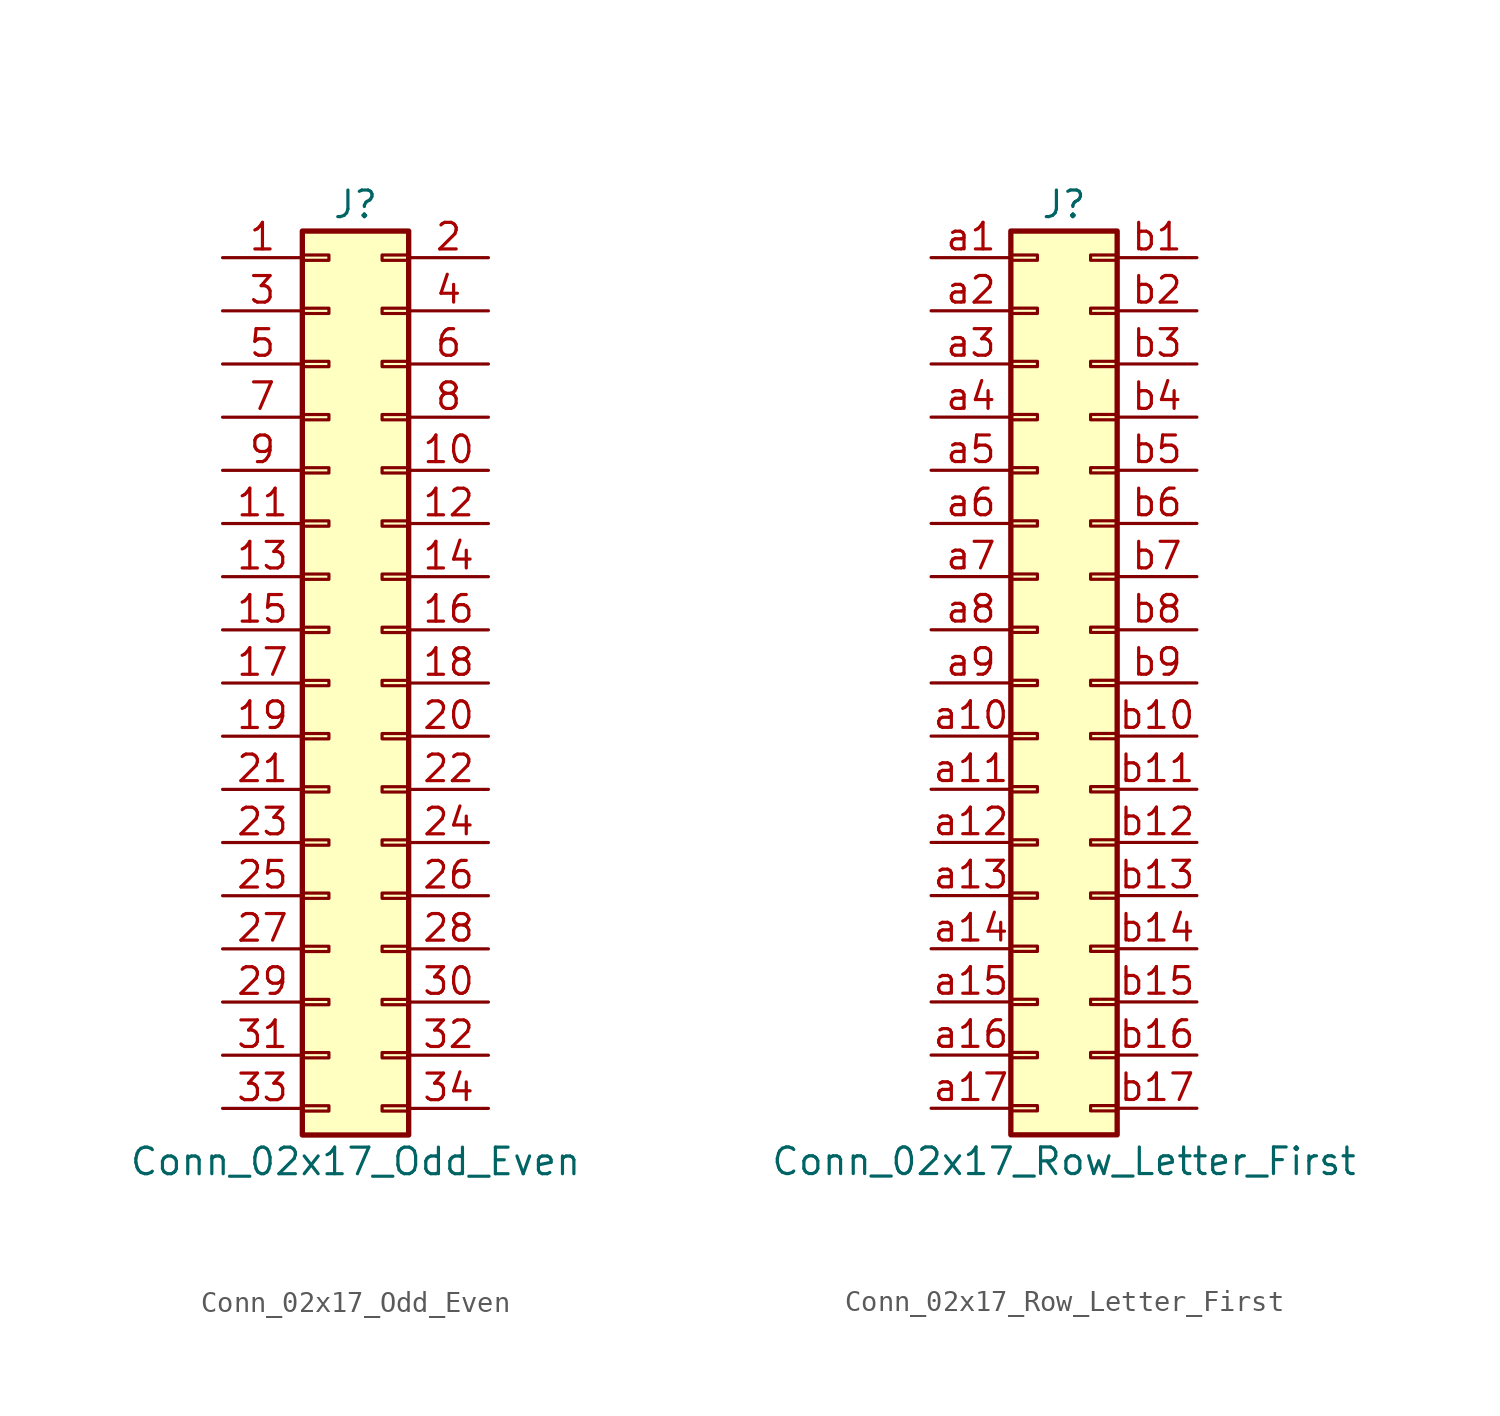
<source format=kicad_sym>
(kicad_symbol_lib
  (version 20220914)
  (generator kicad_symbol_editor)
  (symbol "Conn_02x17_Odd_Even"
    (pin_names
      (offset 1.016) hide)
    (property "Reference" "J"
      (at 1.27 22.86 0)
      (effects (font (size 1.27 1.27))))
    (property "Value" "Conn_02x17_Odd_Even"
      (at 1.27 -22.86 0)
      (effects (font (size 1.27 1.27))))
    (symbol "Conn_02x17_Odd_Even_1_1"
      (rectangle (start -1.27 -20.193) (end 0 -20.447) (stroke (width 0.152) (type default)) (fill (type none)))
      (rectangle (start -1.27 -17.653) (end 0 -17.907) (stroke (width 0.152) (type default)) (fill (type none)))
      (rectangle (start -1.27 -15.113) (end 0 -15.367) (stroke (width 0.152) (type default)) (fill (type none)))
      (rectangle (start -1.27 -12.573) (end 0 -12.827) (stroke (width 0.152) (type default)) (fill (type none)))
      (rectangle (start -1.27 -10.033) (end 0 -10.287) (stroke (width 0.152) (type default)) (fill (type none)))
      (rectangle (start -1.27 -7.493) (end 0 -7.747) (stroke (width 0.152) (type default)) (fill (type none)))
      (rectangle (start -1.27 -4.953) (end 0 -5.207) (stroke (width 0.152) (type default)) (fill (type none)))
      (rectangle (start -1.27 -2.413) (end 0 -2.667) (stroke (width 0.152) (type default)) (fill (type none)))
      (rectangle (start -1.27 0.127) (end 0 -0.127) (stroke (width 0.152) (type default)) (fill (type none)))
      (rectangle (start -1.27 2.667) (end 0 2.413) (stroke (width 0.152) (type default)) (fill (type none)))
      (rectangle (start -1.27 5.207) (end 0 4.953) (stroke (width 0.152) (type default)) (fill (type none)))
      (rectangle (start -1.27 7.747) (end 0 7.493) (stroke (width 0.152) (type default)) (fill (type none)))
      (rectangle (start -1.27 10.287) (end 0 10.033) (stroke (width 0.152) (type default)) (fill (type none)))
      (rectangle (start -1.27 12.827) (end 0 12.573) (stroke (width 0.152) (type default)) (fill (type none)))
      (rectangle (start -1.27 15.367) (end 0 15.113) (stroke (width 0.152) (type default)) (fill (type none)))
      (rectangle (start -1.27 17.907) (end 0 17.653) (stroke (width 0.152) (type default)) (fill (type none)))
      (rectangle (start -1.27 20.447) (end 0 20.193) (stroke (width 0.152) (type default)) (fill (type none)))
      (rectangle (start -1.27 21.59) (end 3.81 -21.59) (stroke (width 0.254) (type default)) (fill (type background)))
      (rectangle (start 3.81 -20.193) (end 2.54 -20.447) (stroke (width 0.152) (type default)) (fill (type none)))
      (rectangle (start 3.81 -17.653) (end 2.54 -17.907) (stroke (width 0.152) (type default)) (fill (type none)))
      (rectangle (start 3.81 -15.113) (end 2.54 -15.367) (stroke (width 0.152) (type default)) (fill (type none)))
      (rectangle (start 3.81 -12.573) (end 2.54 -12.827) (stroke (width 0.152) (type default)) (fill (type none)))
      (rectangle (start 3.81 -10.033) (end 2.54 -10.287) (stroke (width 0.152) (type default)) (fill (type none)))
      (rectangle (start 3.81 -7.493) (end 2.54 -7.747) (stroke (width 0.152) (type default)) (fill (type none)))
      (rectangle (start 3.81 -4.953) (end 2.54 -5.207) (stroke (width 0.152) (type default)) (fill (type none)))
      (rectangle (start 3.81 -2.413) (end 2.54 -2.667) (stroke (width 0.152) (type default)) (fill (type none)))
      (rectangle (start 3.81 0.127) (end 2.54 -0.127) (stroke (width 0.152) (type default)) (fill (type none)))
      (rectangle (start 3.81 2.667) (end 2.54 2.413) (stroke (width 0.152) (type default)) (fill (type none)))
      (rectangle (start 3.81 5.207) (end 2.54 4.953) (stroke (width 0.152) (type default)) (fill (type none)))
      (rectangle (start 3.81 7.747) (end 2.54 7.493) (stroke (width 0.152) (type default)) (fill (type none)))
      (rectangle (start 3.81 10.287) (end 2.54 10.033) (stroke (width 0.152) (type default)) (fill (type none)))
      (rectangle (start 3.81 12.827) (end 2.54 12.573) (stroke (width 0.152) (type default)) (fill (type none)))
      (rectangle (start 3.81 15.367) (end 2.54 15.113) (stroke (width 0.152) (type default)) (fill (type none)))
      (rectangle (start 3.81 17.907) (end 2.54 17.653) (stroke (width 0.152) (type default)) (fill (type none)))
      (rectangle (start 3.81 20.447) (end 2.54 20.193) (stroke (width 0.152) (type default)) (fill (type none)))
      (pin passive line (at -5.08 20.32 0) (length 3.81) (name "Pin_1" (effects (font (size 1.27 1.27)))) (number "1" (effects (font (size 1.27 1.27)))))
      (pin passive line (at 7.62 10.16 180) (length 3.81) (name "Pin_10" (effects (font (size 1.27 1.27)))) (number "10" (effects (font (size 1.27 1.27)))))
      (pin passive line (at -5.08 7.62 0) (length 3.81) (name "Pin_11" (effects (font (size 1.27 1.27)))) (number "11" (effects (font (size 1.27 1.27)))))
      (pin passive line (at 7.62 7.62 180) (length 3.81) (name "Pin_12" (effects (font (size 1.27 1.27)))) (number "12" (effects (font (size 1.27 1.27)))))
      (pin passive line (at -5.08 5.08 0) (length 3.81) (name "Pin_13" (effects (font (size 1.27 1.27)))) (number "13" (effects (font (size 1.27 1.27)))))
      (pin passive line (at 7.62 5.08 180) (length 3.81) (name "Pin_14" (effects (font (size 1.27 1.27)))) (number "14" (effects (font (size 1.27 1.27)))))
      (pin passive line (at -5.08 2.54 0) (length 3.81) (name "Pin_15" (effects (font (size 1.27 1.27)))) (number "15" (effects (font (size 1.27 1.27)))))
      (pin passive line (at 7.62 2.54 180) (length 3.81) (name "Pin_16" (effects (font (size 1.27 1.27)))) (number "16" (effects (font (size 1.27 1.27)))))
      (pin passive line (at -5.08 0 0) (length 3.81) (name "Pin_17" (effects (font (size 1.27 1.27)))) (number "17" (effects (font (size 1.27 1.27)))))
      (pin passive line (at 7.62 0 180) (length 3.81) (name "Pin_18" (effects (font (size 1.27 1.27)))) (number "18" (effects (font (size 1.27 1.27)))))
      (pin passive line (at -5.08 -2.54 0) (length 3.81) (name "Pin_19" (effects (font (size 1.27 1.27)))) (number "19" (effects (font (size 1.27 1.27)))))
      (pin passive line (at 7.62 20.32 180) (length 3.81) (name "Pin_2" (effects (font (size 1.27 1.27)))) (number "2" (effects (font (size 1.27 1.27)))))
      (pin passive line (at 7.62 -2.54 180) (length 3.81) (name "Pin_20" (effects (font (size 1.27 1.27)))) (number "20" (effects (font (size 1.27 1.27)))))
      (pin passive line (at -5.08 -5.08 0) (length 3.81) (name "Pin_21" (effects (font (size 1.27 1.27)))) (number "21" (effects (font (size 1.27 1.27)))))
      (pin passive line (at 7.62 -5.08 180) (length 3.81) (name "Pin_22" (effects (font (size 1.27 1.27)))) (number "22" (effects (font (size 1.27 1.27)))))
      (pin passive line (at -5.08 -7.62 0) (length 3.81) (name "Pin_23" (effects (font (size 1.27 1.27)))) (number "23" (effects (font (size 1.27 1.27)))))
      (pin passive line (at 7.62 -7.62 180) (length 3.81) (name "Pin_24" (effects (font (size 1.27 1.27)))) (number "24" (effects (font (size 1.27 1.27)))))
      (pin passive line (at -5.08 -10.16 0) (length 3.81) (name "Pin_25" (effects (font (size 1.27 1.27)))) (number "25" (effects (font (size 1.27 1.27)))))
      (pin passive line (at 7.62 -10.16 180) (length 3.81) (name "Pin_26" (effects (font (size 1.27 1.27)))) (number "26" (effects (font (size 1.27 1.27)))))
      (pin passive line (at -5.08 -12.7 0) (length 3.81) (name "Pin_27" (effects (font (size 1.27 1.27)))) (number "27" (effects (font (size 1.27 1.27)))))
      (pin passive line (at 7.62 -12.7 180) (length 3.81) (name "Pin_28" (effects (font (size 1.27 1.27)))) (number "28" (effects (font (size 1.27 1.27)))))
      (pin passive line (at -5.08 -15.24 0) (length 3.81) (name "Pin_29" (effects (font (size 1.27 1.27)))) (number "29" (effects (font (size 1.27 1.27)))))
      (pin passive line (at -5.08 17.78 0) (length 3.81) (name "Pin_3" (effects (font (size 1.27 1.27)))) (number "3" (effects (font (size 1.27 1.27)))))
      (pin passive line (at 7.62 -15.24 180) (length 3.81) (name "Pin_30" (effects (font (size 1.27 1.27)))) (number "30" (effects (font (size 1.27 1.27)))))
      (pin passive line (at -5.08 -17.78 0) (length 3.81) (name "Pin_31" (effects (font (size 1.27 1.27)))) (number "31" (effects (font (size 1.27 1.27)))))
      (pin passive line (at 7.62 -17.78 180) (length 3.81) (name "Pin_32" (effects (font (size 1.27 1.27)))) (number "32" (effects (font (size 1.27 1.27)))))
      (pin passive line (at -5.08 -20.32 0) (length 3.81) (name "Pin_33" (effects (font (size 1.27 1.27)))) (number "33" (effects (font (size 1.27 1.27)))))
      (pin passive line (at 7.62 -20.32 180) (length 3.81) (name "Pin_34" (effects (font (size 1.27 1.27)))) (number "34" (effects (font (size 1.27 1.27)))))
      (pin passive line (at 7.62 17.78 180) (length 3.81) (name "Pin_4" (effects (font (size 1.27 1.27)))) (number "4" (effects (font (size 1.27 1.27)))))
      (pin passive line (at -5.08 15.24 0) (length 3.81) (name "Pin_5" (effects (font (size 1.27 1.27)))) (number "5" (effects (font (size 1.27 1.27)))))
      (pin passive line (at 7.62 15.24 180) (length 3.81) (name "Pin_6" (effects (font (size 1.27 1.27)))) (number "6" (effects (font (size 1.27 1.27)))))
      (pin passive line (at -5.08 12.7 0) (length 3.81) (name "Pin_7" (effects (font (size 1.27 1.27)))) (number "7" (effects (font (size 1.27 1.27)))))
      (pin passive line (at 7.62 12.7 180) (length 3.81) (name "Pin_8" (effects (font (size 1.27 1.27)))) (number "8" (effects (font (size 1.27 1.27)))))
      (pin passive line (at -5.08 10.16 0) (length 3.81) (name "Pin_9" (effects (font (size 1.27 1.27)))) (number "9" (effects (font (size 1.27 1.27)))))))
  (symbol "Conn_02x17_Row_Letter_First"
    (pin_names
      (offset 1.016) hide)
    (property "Reference" "J"
      (at 1.27 22.86 0)
      (effects (font (size 1.27 1.27))))
    (property "Value" "Conn_02x17_Row_Letter_First"
      (at 1.27 -22.86 0)
      (effects (font (size 1.27 1.27))))
    (symbol "Conn_02x17_Row_Letter_First_1_1"
      (rectangle (start -1.27 -20.193) (end 0 -20.447) (stroke (width 0.152) (type default)) (fill (type none)))
      (rectangle (start -1.27 -17.653) (end 0 -17.907) (stroke (width 0.152) (type default)) (fill (type none)))
      (rectangle (start -1.27 -15.113) (end 0 -15.367) (stroke (width 0.152) (type default)) (fill (type none)))
      (rectangle (start -1.27 -12.573) (end 0 -12.827) (stroke (width 0.152) (type default)) (fill (type none)))
      (rectangle (start -1.27 -10.033) (end 0 -10.287) (stroke (width 0.152) (type default)) (fill (type none)))
      (rectangle (start -1.27 -7.493) (end 0 -7.747) (stroke (width 0.152) (type default)) (fill (type none)))
      (rectangle (start -1.27 -4.953) (end 0 -5.207) (stroke (width 0.152) (type default)) (fill (type none)))
      (rectangle (start -1.27 -2.413) (end 0 -2.667) (stroke (width 0.152) (type default)) (fill (type none)))
      (rectangle (start -1.27 0.127) (end 0 -0.127) (stroke (width 0.152) (type default)) (fill (type none)))
      (rectangle (start -1.27 2.667) (end 0 2.413) (stroke (width 0.152) (type default)) (fill (type none)))
      (rectangle (start -1.27 5.207) (end 0 4.953) (stroke (width 0.152) (type default)) (fill (type none)))
      (rectangle (start -1.27 7.747) (end 0 7.493) (stroke (width 0.152) (type default)) (fill (type none)))
      (rectangle (start -1.27 10.287) (end 0 10.033) (stroke (width 0.152) (type default)) (fill (type none)))
      (rectangle (start -1.27 12.827) (end 0 12.573) (stroke (width 0.152) (type default)) (fill (type none)))
      (rectangle (start -1.27 15.367) (end 0 15.113) (stroke (width 0.152) (type default)) (fill (type none)))
      (rectangle (start -1.27 17.907) (end 0 17.653) (stroke (width 0.152) (type default)) (fill (type none)))
      (rectangle (start -1.27 20.447) (end 0 20.193) (stroke (width 0.152) (type default)) (fill (type none)))
      (rectangle (start -1.27 21.59) (end 3.81 -21.59) (stroke (width 0.254) (type default)) (fill (type background)))
      (rectangle (start 3.81 -20.193) (end 2.54 -20.447) (stroke (width 0.152) (type default)) (fill (type none)))
      (rectangle (start 3.81 -17.653) (end 2.54 -17.907) (stroke (width 0.152) (type default)) (fill (type none)))
      (rectangle (start 3.81 -15.113) (end 2.54 -15.367) (stroke (width 0.152) (type default)) (fill (type none)))
      (rectangle (start 3.81 -12.573) (end 2.54 -12.827) (stroke (width 0.152) (type default)) (fill (type none)))
      (rectangle (start 3.81 -10.033) (end 2.54 -10.287) (stroke (width 0.152) (type default)) (fill (type none)))
      (rectangle (start 3.81 -7.493) (end 2.54 -7.747) (stroke (width 0.152) (type default)) (fill (type none)))
      (rectangle (start 3.81 -4.953) (end 2.54 -5.207) (stroke (width 0.152) (type default)) (fill (type none)))
      (rectangle (start 3.81 -2.413) (end 2.54 -2.667) (stroke (width 0.152) (type default)) (fill (type none)))
      (rectangle (start 3.81 0.127) (end 2.54 -0.127) (stroke (width 0.152) (type default)) (fill (type none)))
      (rectangle (start 3.81 2.667) (end 2.54 2.413) (stroke (width 0.152) (type default)) (fill (type none)))
      (rectangle (start 3.81 5.207) (end 2.54 4.953) (stroke (width 0.152) (type default)) (fill (type none)))
      (rectangle (start 3.81 7.747) (end 2.54 7.493) (stroke (width 0.152) (type default)) (fill (type none)))
      (rectangle (start 3.81 10.287) (end 2.54 10.033) (stroke (width 0.152) (type default)) (fill (type none)))
      (rectangle (start 3.81 12.827) (end 2.54 12.573) (stroke (width 0.152) (type default)) (fill (type none)))
      (rectangle (start 3.81 15.367) (end 2.54 15.113) (stroke (width 0.152) (type default)) (fill (type none)))
      (rectangle (start 3.81 17.907) (end 2.54 17.653) (stroke (width 0.152) (type default)) (fill (type none)))
      (rectangle (start 3.81 20.447) (end 2.54 20.193) (stroke (width 0.152) (type default)) (fill (type none)))
      (pin passive line (at -5.08 20.32 0) (length 3.81) (name "Pin_a1" (effects (font (size 1.27 1.27)))) (number "a1" (effects (font (size 1.27 1.27)))))
      (pin passive line (at -5.08 -2.54 0) (length 3.81) (name "Pin_a10" (effects (font (size 1.27 1.27)))) (number "a10" (effects (font (size 1.27 1.27)))))
      (pin passive line (at -5.08 -5.08 0) (length 3.81) (name "Pin_a11" (effects (font (size 1.27 1.27)))) (number "a11" (effects (font (size 1.27 1.27)))))
      (pin passive line (at -5.08 -7.62 0) (length 3.81) (name "Pin_a12" (effects (font (size 1.27 1.27)))) (number "a12" (effects (font (size 1.27 1.27)))))
      (pin passive line (at -5.08 -10.16 0) (length 3.81) (name "Pin_a13" (effects (font (size 1.27 1.27)))) (number "a13" (effects (font (size 1.27 1.27)))))
      (pin passive line (at -5.08 -12.7 0) (length 3.81) (name "Pin_a14" (effects (font (size 1.27 1.27)))) (number "a14" (effects (font (size 1.27 1.27)))))
      (pin passive line (at -5.08 -15.24 0) (length 3.81) (name "Pin_a15" (effects (font (size 1.27 1.27)))) (number "a15" (effects (font (size 1.27 1.27)))))
      (pin passive line (at -5.08 -17.78 0) (length 3.81) (name "Pin_a16" (effects (font (size 1.27 1.27)))) (number "a16" (effects (font (size 1.27 1.27)))))
      (pin passive line (at -5.08 -20.32 0) (length 3.81) (name "Pin_a17" (effects (font (size 1.27 1.27)))) (number "a17" (effects (font (size 1.27 1.27)))))
      (pin passive line (at -5.08 17.78 0) (length 3.81) (name "Pin_a2" (effects (font (size 1.27 1.27)))) (number "a2" (effects (font (size 1.27 1.27)))))
      (pin passive line (at -5.08 15.24 0) (length 3.81) (name "Pin_a3" (effects (font (size 1.27 1.27)))) (number "a3" (effects (font (size 1.27 1.27)))))
      (pin passive line (at -5.08 12.7 0) (length 3.81) (name "Pin_a4" (effects (font (size 1.27 1.27)))) (number "a4" (effects (font (size 1.27 1.27)))))
      (pin passive line (at -5.08 10.16 0) (length 3.81) (name "Pin_a5" (effects (font (size 1.27 1.27)))) (number "a5" (effects (font (size 1.27 1.27)))))
      (pin passive line (at -5.08 7.62 0) (length 3.81) (name "Pin_a6" (effects (font (size 1.27 1.27)))) (number "a6" (effects (font (size 1.27 1.27)))))
      (pin passive line (at -5.08 5.08 0) (length 3.81) (name "Pin_a7" (effects (font (size 1.27 1.27)))) (number "a7" (effects (font (size 1.27 1.27)))))
      (pin passive line (at -5.08 2.54 0) (length 3.81) (name "Pin_a8" (effects (font (size 1.27 1.27)))) (number "a8" (effects (font (size 1.27 1.27)))))
      (pin passive line (at -5.08 0 0) (length 3.81) (name "Pin_a9" (effects (font (size 1.27 1.27)))) (number "a9" (effects (font (size 1.27 1.27)))))
      (pin passive line (at 7.62 20.32 180) (length 3.81) (name "Pin_b1" (effects (font (size 1.27 1.27)))) (number "b1" (effects (font (size 1.27 1.27)))))
      (pin passive line (at 7.62 -2.54 180) (length 3.81) (name "Pin_b10" (effects (font (size 1.27 1.27)))) (number "b10" (effects (font (size 1.27 1.27)))))
      (pin passive line (at 7.62 -5.08 180) (length 3.81) (name "Pin_b11" (effects (font (size 1.27 1.27)))) (number "b11" (effects (font (size 1.27 1.27)))))
      (pin passive line (at 7.62 -7.62 180) (length 3.81) (name "Pin_b12" (effects (font (size 1.27 1.27)))) (number "b12" (effects (font (size 1.27 1.27)))))
      (pin passive line (at 7.62 -10.16 180) (length 3.81) (name "Pin_b13" (effects (font (size 1.27 1.27)))) (number "b13" (effects (font (size 1.27 1.27)))))
      (pin passive line (at 7.62 -12.7 180) (length 3.81) (name "Pin_b14" (effects (font (size 1.27 1.27)))) (number "b14" (effects (font (size 1.27 1.27)))))
      (pin passive line (at 7.62 -15.24 180) (length 3.81) (name "Pin_b15" (effects (font (size 1.27 1.27)))) (number "b15" (effects (font (size 1.27 1.27)))))
      (pin passive line (at 7.62 -17.78 180) (length 3.81) (name "Pin_b16" (effects (font (size 1.27 1.27)))) (number "b16" (effects (font (size 1.27 1.27)))))
      (pin passive line (at 7.62 -20.32 180) (length 3.81) (name "Pin_b17" (effects (font (size 1.27 1.27)))) (number "b17" (effects (font (size 1.27 1.27)))))
      (pin passive line (at 7.62 17.78 180) (length 3.81) (name "Pin_b2" (effects (font (size 1.27 1.27)))) (number "b2" (effects (font (size 1.27 1.27)))))
      (pin passive line (at 7.62 15.24 180) (length 3.81) (name "Pin_b3" (effects (font (size 1.27 1.27)))) (number "b3" (effects (font (size 1.27 1.27)))))
      (pin passive line (at 7.62 12.7 180) (length 3.81) (name "Pin_b4" (effects (font (size 1.27 1.27)))) (number "b4" (effects (font (size 1.27 1.27)))))
      (pin passive line (at 7.62 10.16 180) (length 3.81) (name "Pin_b5" (effects (font (size 1.27 1.27)))) (number "b5" (effects (font (size 1.27 1.27)))))
      (pin passive line (at 7.62 7.62 180) (length 3.81) (name "Pin_b6" (effects (font (size 1.27 1.27)))) (number "b6" (effects (font (size 1.27 1.27)))))
      (pin passive line (at 7.62 5.08 180) (length 3.81) (name "Pin_b7" (effects (font (size 1.27 1.27)))) (number "b7" (effects (font (size 1.27 1.27)))))
      (pin passive line (at 7.62 2.54 180) (length 3.81) (name "Pin_b8" (effects (font (size 1.27 1.27)))) (number "b8" (effects (font (size 1.27 1.27)))))
      (pin passive line (at 7.62 0 180) (length 3.81) (name "Pin_b9" (effects (font (size 1.27 1.27)))) (number "b9" (effects (font (size 1.27 1.27))))))))
</source>
